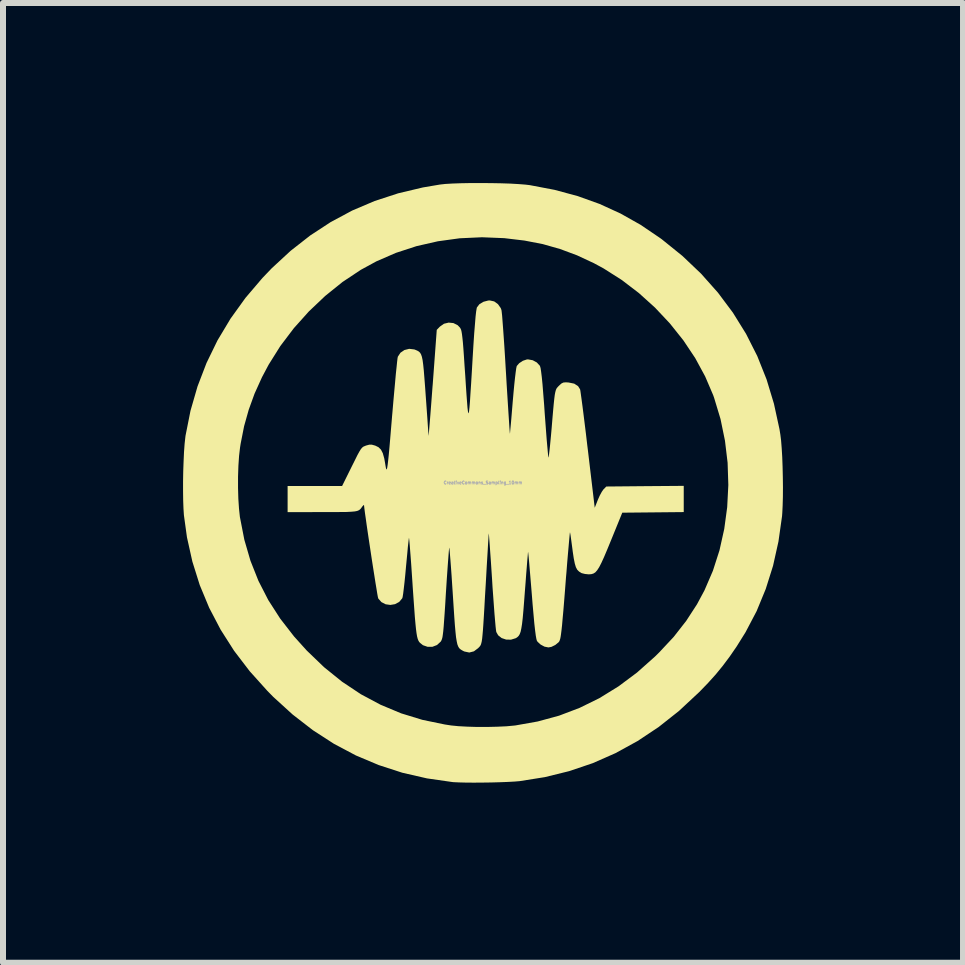
<source format=kicad_pcb>
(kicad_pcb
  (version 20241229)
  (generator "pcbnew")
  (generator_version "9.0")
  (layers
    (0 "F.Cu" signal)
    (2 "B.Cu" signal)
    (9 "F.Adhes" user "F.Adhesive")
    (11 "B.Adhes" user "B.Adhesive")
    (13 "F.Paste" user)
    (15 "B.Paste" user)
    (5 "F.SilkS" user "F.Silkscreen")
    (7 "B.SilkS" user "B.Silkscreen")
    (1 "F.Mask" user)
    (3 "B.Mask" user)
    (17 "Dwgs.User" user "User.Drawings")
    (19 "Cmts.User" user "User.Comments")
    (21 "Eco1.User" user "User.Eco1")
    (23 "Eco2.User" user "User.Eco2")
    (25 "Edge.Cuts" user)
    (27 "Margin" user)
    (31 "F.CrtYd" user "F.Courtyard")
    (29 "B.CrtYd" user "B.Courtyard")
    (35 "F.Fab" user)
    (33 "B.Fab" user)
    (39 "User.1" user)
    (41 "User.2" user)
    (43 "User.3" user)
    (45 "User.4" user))
  (footprint "CreativeCommons_Sampling_10mm"
    (layer "F.Cu")
    (at 4.997 4.992)
    (property "Reference" "CreativeCommons_Sampling_10mm" (at 0 0 0) (layer "F.Fab") (effects (font (size 0.05 0.05) (thickness 0.013))))
    (attr board_only exclude_from_pos_files exclude_from_bom)
    (fp_poly (pts (xy 0.131 -4.991) (xy 0.298 -4.988) (xy 0.454 -4.983) (xy 0.593 -4.975) (xy 0.708 -4.966) (xy 0.782 -4.957) (xy 1.192 -4.879) (xy 1.578 -4.775) (xy 1.943 -4.644) (xy 2.291 -4.485) (xy 2.625 -4.297) (xy 2.948 -4.078) (xy 2.98 -4.055) (xy 3.323 -3.778) (xy 3.634 -3.482) (xy 3.915 -3.166) (xy 4.164 -2.833) (xy 4.383 -2.48) (xy 4.57 -2.11) (xy 4.725 -1.721) (xy 4.848 -1.315) (xy 4.94 -0.892) (xy 4.955 -0.8) (xy 4.967 -0.702) (xy 4.977 -0.575) (xy 4.986 -0.427) (xy 4.992 -0.264) (xy 4.996 -0.094) (xy 4.998 0.074) (xy 4.997 0.235) (xy 4.993 0.381) (xy 4.987 0.503) (xy 4.983 0.557) (xy 4.923 0.981) (xy 4.833 1.385) (xy 4.711 1.772) (xy 4.559 2.141) (xy 4.374 2.493) (xy 4.228 2.727) (xy 4.109 2.9) (xy 3.995 3.052) (xy 3.879 3.194) (xy 3.751 3.336) (xy 3.603 3.489) (xy 3.591 3.5) (xy 3.266 3.803) (xy 2.927 4.071) (xy 2.575 4.305) (xy 2.209 4.506) (xy 1.83 4.673) (xy 1.437 4.806) (xy 1.031 4.906) (xy 0.61 4.973) (xy 0.609 4.973) (xy 0.524 4.98) (xy 0.412 4.986) (xy 0.281 4.991) (xy 0.138 4.995) (xy -0.01 4.997) (xy -0.153 4.998) (xy -0.286 4.997) (xy -0.4 4.994) (xy -0.488 4.99) (xy -0.509 4.988) (xy -0.933 4.927) (xy -1.343 4.833) (xy -1.737 4.705) (xy -2.117 4.545) (xy -2.483 4.351) (xy -2.834 4.124) (xy -3.171 3.863) (xy -3.494 3.569) (xy -3.594 3.467) (xy -3.887 3.141) (xy -4.146 2.802) (xy -4.371 2.449) (xy -4.562 2.084) (xy -4.719 1.706) (xy -4.842 1.314) (xy -4.932 0.91) (xy -4.983 0.54) (xy -4.99 0.432) (xy -4.995 0.297) (xy -4.997 0.142) (xy -4.997 0.086) (xy -4.081 0.086) (xy -4.076 0.267) (xy -4.065 0.432) (xy -4.05 0.573) (xy -4.048 0.582) (xy -3.976 0.951) (xy -3.874 1.301) (xy -3.741 1.636) (xy -3.577 1.956) (xy -3.379 2.264) (xy -3.148 2.562) (xy -2.936 2.797) (xy -2.648 3.074) (xy -2.348 3.316) (xy -2.034 3.525) (xy -1.706 3.7) (xy -1.364 3.843) (xy -1.008 3.952) (xy -0.635 4.029) (xy -0.531 4.045) (xy -0.41 4.057) (xy -0.263 4.065) (xy -0.099 4.07) (xy 0.071 4.07) (xy 0.237 4.066) (xy 0.391 4.059) (xy 0.52 4.047) (xy 0.539 4.045) (xy 0.911 3.979) (xy 1.268 3.882) (xy 1.61 3.752) (xy 1.94 3.59) (xy 2.259 3.393) (xy 2.567 3.163) (xy 2.865 2.898) (xy 2.937 2.827) (xy 3.178 2.569) (xy 3.386 2.303) (xy 3.566 2.026) (xy 3.691 1.793) (xy 3.831 1.468) (xy 3.941 1.126) (xy 4.02 0.771) (xy 4.069 0.408) (xy 4.088 0.039) (xy 4.076 -0.331) (xy 4.032 -0.699) (xy 3.958 -1.06) (xy 3.852 -1.411) (xy 3.836 -1.457) (xy 3.702 -1.77) (xy 3.536 -2.076) (xy 3.339 -2.371) (xy 3.115 -2.652) (xy 2.867 -2.916) (xy 2.598 -3.159) (xy 2.311 -3.378) (xy 2.009 -3.57) (xy 1.85 -3.656) (xy 1.567 -3.788) (xy 1.285 -3.893) (xy 0.996 -3.975) (xy 0.691 -4.034) (xy 0.363 -4.073) (xy 0.355 -4.074) (xy -0.017 -4.089) (xy -0.387 -4.072) (xy -0.751 -4.022) (xy -1.107 -3.941) (xy -1.45 -3.829) (xy -1.777 -3.687) (xy -2.036 -3.546) (xy -2.34 -3.344) (xy -2.629 -3.111) (xy -2.901 -2.853) (xy -3.151 -2.574) (xy -3.376 -2.277) (xy -3.571 -1.966) (xy -3.682 -1.757) (xy -3.806 -1.483) (xy -3.903 -1.215) (xy -3.98 -0.941) (xy -4.038 -0.647) (xy -4.048 -0.582) (xy -4.064 -0.443) (xy -4.075 -0.279) (xy -4.081 -0.099) (xy -4.081 0.086) (xy -4.997 0.086) (xy -4.997 -0.023) (xy -4.994 -0.193) (xy -4.988 -0.358) (xy -4.981 -0.513) (xy -4.971 -0.648) (xy -4.959 -0.757) (xy -4.956 -0.782) (xy -4.873 -1.199) (xy -4.756 -1.604) (xy -4.606 -1.995) (xy -4.423 -2.371) (xy -4.206 -2.733) (xy -3.957 -3.079) (xy -3.675 -3.41) (xy -3.519 -3.573) (xy -3.205 -3.863) (xy -2.878 -4.119) (xy -2.537 -4.342) (xy -2.179 -4.534) (xy -1.805 -4.693) (xy -1.413 -4.821) (xy -1.001 -4.919) (xy -0.718 -4.967) (xy -0.628 -4.977) (xy -0.509 -4.984) (xy -0.367 -4.989) (xy -0.208 -4.992) (xy -0.04 -4.992)) (stroke (width 0) (type solid)) (fill yes) (layer "F.SilkS"))
    (fp_poly (pts (xy 0.187 -3.02) (xy 0.25 -2.974) (xy 0.296 -2.909) (xy 0.308 -2.876) (xy 0.312 -2.846) (xy 0.319 -2.782) (xy 0.326 -2.69) (xy 0.335 -2.572) (xy 0.345 -2.432) (xy 0.356 -2.273) (xy 0.367 -2.1) (xy 0.378 -1.915) (xy 0.385 -1.8) (xy 0.396 -1.613) (xy 0.407 -1.439) (xy 0.417 -1.28) (xy 0.426 -1.139) (xy 0.434 -1.02) (xy 0.44 -0.925) (xy 0.445 -0.859) (xy 0.448 -0.823) (xy 0.45 -0.818) (xy 0.452 -0.843) (xy 0.457 -0.899) (xy 0.465 -0.981) (xy 0.474 -1.086) (xy 0.484 -1.207) (xy 0.495 -1.341) (xy 0.498 -1.375) (xy 0.51 -1.512) (xy 0.522 -1.638) (xy 0.534 -1.749) (xy 0.545 -1.84) (xy 0.554 -1.905) (xy 0.562 -1.941) (xy 0.563 -1.944) (xy 0.604 -1.991) (xy 0.665 -2.031) (xy 0.731 -2.053) (xy 0.752 -2.054) (xy 0.829 -2.04) (xy 0.897 -2.003) (xy 0.946 -1.95) (xy 0.951 -1.94) (xy 0.96 -1.908) (xy 0.969 -1.848) (xy 0.98 -1.759) (xy 0.992 -1.638) (xy 1.004 -1.485) (xy 1.019 -1.298) (xy 1.029 -1.15) (xy 1.041 -0.991) (xy 1.052 -0.844) (xy 1.062 -0.713) (xy 1.072 -0.601) (xy 1.08 -0.512) (xy 1.086 -0.451) (xy 1.09 -0.421) (xy 1.091 -0.418) (xy 1.096 -0.436) (xy 1.102 -0.484) (xy 1.111 -0.56) (xy 1.121 -0.658) (xy 1.132 -0.773) (xy 1.143 -0.895) (xy 1.157 -1.066) (xy 1.169 -1.204) (xy 1.179 -1.313) (xy 1.188 -1.398) (xy 1.196 -1.462) (xy 1.205 -1.509) (xy 1.214 -1.542) (xy 1.224 -1.566) (xy 1.237 -1.584) (xy 1.252 -1.601) (xy 1.267 -1.616) (xy 1.305 -1.651) (xy 1.338 -1.668) (xy 1.381 -1.672) (xy 1.427 -1.669) (xy 1.52 -1.65) (xy 1.584 -1.609) (xy 1.618 -1.555) (xy 1.623 -1.53) (xy 1.631 -1.473) (xy 1.643 -1.386) (xy 1.658 -1.274) (xy 1.675 -1.14) (xy 1.694 -0.987) (xy 1.715 -0.818) (xy 1.736 -0.638) (xy 1.747 -0.55) (xy 1.862 0.418) (xy 1.914 0.286) (xy 1.945 0.216) (xy 1.979 0.153) (xy 2.008 0.111) (xy 2.011 0.109) (xy 2.055 0.064) (xy 2.7 0.058) (xy 3.345 0.053) (xy 3.345 0.49) (xy 2.833 0.495) (xy 2.321 0.5) (xy 2.132 0.964) (xy 2.069 1.117) (xy 2.017 1.24) (xy 1.973 1.336) (xy 1.936 1.408) (xy 1.903 1.459) (xy 1.872 1.494) (xy 1.84 1.514) (xy 1.806 1.524) (xy 1.767 1.527) (xy 1.759 1.527) (xy 1.699 1.521) (xy 1.647 1.508) (xy 1.638 1.504) (xy 1.601 1.481) (xy 1.571 1.451) (xy 1.548 1.408) (xy 1.53 1.348) (xy 1.513 1.264) (xy 1.496 1.151) (xy 1.491 1.111) (xy 1.478 1.014) (xy 1.467 0.932) (xy 1.458 0.869) (xy 1.451 0.832) (xy 1.45 0.825) (xy 1.447 0.842) (xy 1.442 0.89) (xy 1.435 0.968) (xy 1.426 1.071) (xy 1.415 1.195) (xy 1.403 1.336) (xy 1.391 1.491) (xy 1.384 1.569) (xy 1.367 1.79) (xy 1.352 1.978) (xy 1.339 2.136) (xy 1.327 2.266) (xy 1.318 2.371) (xy 1.309 2.454) (xy 1.301 2.518) (xy 1.294 2.566) (xy 1.287 2.601) (xy 1.279 2.626) (xy 1.272 2.643) (xy 1.263 2.655) (xy 1.26 2.659) (xy 1.205 2.704) (xy 1.14 2.736) (xy 1.09 2.745) (xy 1.025 2.732) (xy 0.96 2.697) (xy 0.91 2.651) (xy 0.898 2.633) (xy 0.89 2.604) (xy 0.88 2.549) (xy 0.869 2.465) (xy 0.856 2.351) (xy 0.843 2.206) (xy 0.827 2.028) (xy 0.814 1.864) (xy 0.801 1.707) (xy 0.789 1.562) (xy 0.778 1.433) (xy 0.769 1.324) (xy 0.761 1.238) (xy 0.755 1.18) (xy 0.752 1.153) (xy 0.752 1.151) (xy 0.749 1.17) (xy 0.745 1.221) (xy 0.738 1.299) (xy 0.73 1.402) (xy 0.72 1.524) (xy 0.71 1.663) (xy 0.699 1.801) (xy 0.685 1.985) (xy 0.673 2.136) (xy 0.662 2.258) (xy 0.651 2.354) (xy 0.639 2.428) (xy 0.627 2.484) (xy 0.612 2.524) (xy 0.595 2.552) (xy 0.575 2.572) (xy 0.552 2.588) (xy 0.544 2.592) (xy 0.466 2.616) (xy 0.385 2.614) (xy 0.311 2.589) (xy 0.253 2.543) (xy 0.222 2.488) (xy 0.217 2.457) (xy 0.21 2.395) (xy 0.202 2.304) (xy 0.192 2.188) (xy 0.182 2.053) (xy 0.171 1.901) (xy 0.159 1.737) (xy 0.152 1.618) (xy 0.141 1.452) (xy 0.131 1.3) (xy 0.121 1.163) (xy 0.113 1.047) (xy 0.106 0.953) (xy 0.101 0.887) (xy 0.097 0.851) (xy 0.096 0.845) (xy 0.094 0.871) (xy 0.091 0.928) (xy 0.085 1.015) (xy 0.079 1.126) (xy 0.071 1.258) (xy 0.062 1.407) (xy 0.053 1.569) (xy 0.046 1.691) (xy 0.033 1.906) (xy 0.023 2.087) (xy 0.014 2.238) (xy 0.006 2.362) (xy -0.001 2.462) (xy -0.008 2.541) (xy -0.014 2.601) (xy -0.021 2.646) (xy -0.029 2.679) (xy -0.037 2.703) (xy -0.047 2.72) (xy -0.059 2.735) (xy -0.073 2.749) (xy -0.079 2.756) (xy -0.151 2.81) (xy -0.228 2.83) (xy -0.309 2.813) (xy -0.327 2.805) (xy -0.354 2.79) (xy -0.377 2.775) (xy -0.397 2.756) (xy -0.413 2.729) (xy -0.427 2.692) (xy -0.438 2.641) (xy -0.449 2.574) (xy -0.458 2.486) (xy -0.468 2.375) (xy -0.478 2.237) (xy -0.489 2.07) (xy -0.502 1.869) (xy -0.502 1.869) (xy -0.513 1.703) (xy -0.523 1.55) (xy -0.533 1.412) (xy -0.542 1.294) (xy -0.55 1.198) (xy -0.556 1.129) (xy -0.56 1.09) (xy -0.562 1.083) (xy -0.565 1.102) (xy -0.57 1.154) (xy -0.576 1.235) (xy -0.584 1.34) (xy -0.593 1.466) (xy -0.603 1.61) (xy -0.613 1.766) (xy -0.618 1.842) (xy -0.629 2.027) (xy -0.639 2.18) (xy -0.648 2.303) (xy -0.655 2.401) (xy -0.662 2.476) (xy -0.669 2.533) (xy -0.675 2.574) (xy -0.683 2.604) (xy -0.691 2.625) (xy -0.7 2.642) (xy -0.705 2.649) (xy -0.766 2.705) (xy -0.841 2.734) (xy -0.922 2.735) (xy -1 2.708) (xy -1.051 2.667) (xy -1.065 2.65) (xy -1.077 2.629) (xy -1.088 2.6) (xy -1.098 2.561) (xy -1.107 2.508) (xy -1.116 2.439) (xy -1.125 2.35) (xy -1.135 2.238) (xy -1.145 2.099) (xy -1.157 1.932) (xy -1.171 1.732) (xy -1.175 1.669) (xy -1.186 1.507) (xy -1.196 1.358) (xy -1.206 1.224) (xy -1.215 1.11) (xy -1.222 1.019) (xy -1.228 0.955) (xy -1.232 0.922) (xy -1.233 0.918) (xy -1.236 0.937) (xy -1.242 0.988) (xy -1.251 1.065) (xy -1.26 1.165) (xy -1.271 1.281) (xy -1.283 1.407) (xy -1.295 1.538) (xy -1.307 1.657) (xy -1.319 1.761) (xy -1.329 1.844) (xy -1.338 1.901) (xy -1.344 1.925) (xy -1.396 1.987) (xy -1.465 2.024) (xy -1.543 2.037) (xy -1.622 2.026) (xy -1.692 1.99) (xy -1.744 1.931) (xy -1.745 1.927) (xy -1.751 1.905) (xy -1.761 1.851) (xy -1.774 1.77) (xy -1.791 1.668) (xy -1.81 1.547) (xy -1.831 1.414) (xy -1.853 1.272) (xy -1.875 1.126) (xy -1.897 0.981) (xy -1.918 0.841) (xy -1.937 0.711) (xy -1.953 0.596) (xy -1.967 0.5) (xy -1.976 0.428) (xy -1.981 0.384) (xy -1.982 0.374) (xy -1.99 0.374) (xy -2.011 0.398) (xy -2.013 0.4) (xy -2.03 0.425) (xy -2.047 0.444) (xy -2.067 0.459) (xy -2.096 0.471) (xy -2.136 0.479) (xy -2.193 0.484) (xy -2.269 0.488) (xy -2.369 0.489) (xy -2.497 0.49) (xy -2.657 0.49) (xy -2.677 0.49) (xy -3.255 0.491) (xy -3.255 0.055) (xy -2.347 0.055) (xy -2.187 -0.268) (xy -2.132 -0.378) (xy -2.091 -0.461) (xy -2.059 -0.519) (xy -2.034 -0.559) (xy -2.012 -0.585) (xy -1.991 -0.601) (xy -1.967 -0.611) (xy -1.95 -0.618) (xy -1.895 -0.633) (xy -1.851 -0.633) (xy -1.797 -0.618) (xy -1.796 -0.618) (xy -1.741 -0.591) (xy -1.7 -0.551) (xy -1.669 -0.491) (xy -1.645 -0.405) (xy -1.631 -0.327) (xy -1.624 -0.284) (xy -1.618 -0.25) (xy -1.612 -0.228) (xy -1.606 -0.22) (xy -1.601 -0.227) (xy -1.595 -0.253) (xy -1.588 -0.299) (xy -1.58 -0.367) (xy -1.57 -0.46) (xy -1.559 -0.58) (xy -1.546 -0.73) (xy -1.531 -0.91) (xy -1.513 -1.124) (xy -1.508 -1.179) (xy -1.493 -1.356) (xy -1.478 -1.522) (xy -1.464 -1.674) (xy -1.452 -1.809) (xy -1.44 -1.922) (xy -1.431 -2.01) (xy -1.424 -2.07) (xy -1.419 -2.097) (xy -1.419 -2.098) (xy -1.375 -2.165) (xy -1.309 -2.21) (xy -1.229 -2.23) (xy -1.145 -2.22) (xy -1.123 -2.212) (xy -1.093 -2.199) (xy -1.069 -2.185) (xy -1.048 -2.165) (xy -1.032 -2.138) (xy -1.018 -2.098) (xy -1.006 -2.042) (xy -0.996 -1.967) (xy -0.986 -1.869) (xy -0.976 -1.745) (xy -0.964 -1.59) (xy -0.955 -1.463) (xy -0.944 -1.313) (xy -0.934 -1.172) (xy -0.925 -1.047) (xy -0.918 -0.94) (xy -0.912 -0.858) (xy -0.908 -0.803) (xy -0.907 -0.782) (xy -0.905 -0.79) (xy -0.901 -0.832) (xy -0.895 -0.903) (xy -0.887 -1.001) (xy -0.877 -1.123) (xy -0.866 -1.265) (xy -0.854 -1.423) (xy -0.841 -1.596) (xy -0.837 -1.641) (xy -0.77 -2.546) (xy -0.718 -2.6) (xy -0.65 -2.648) (xy -0.572 -2.667) (xy -0.492 -2.659) (xy -0.421 -2.623) (xy -0.382 -2.582) (xy -0.373 -2.566) (xy -0.364 -2.546) (xy -0.357 -2.516) (xy -0.35 -2.474) (xy -0.343 -2.417) (xy -0.335 -2.341) (xy -0.327 -2.242) (xy -0.318 -2.117) (xy -0.308 -1.963) (xy -0.295 -1.779) (xy -0.284 -1.605) (xy -0.274 -1.459) (xy -0.265 -1.34) (xy -0.258 -1.25) (xy -0.251 -1.19) (xy -0.245 -1.159) (xy -0.239 -1.159) (xy -0.232 -1.19) (xy -0.225 -1.253) (xy -0.217 -1.349) (xy -0.209 -1.479) (xy -0.198 -1.643) (xy -0.186 -1.841) (xy -0.173 -2.064) (xy -0.159 -2.295) (xy -0.146 -2.489) (xy -0.133 -2.648) (xy -0.123 -2.771) (xy -0.113 -2.857) (xy -0.104 -2.909) (xy -0.101 -2.92) (xy -0.059 -2.974) (xy 0.008 -3.014) (xy 0.088 -3.035) (xy 0.115 -3.036)) (stroke (width 0) (type solid)) (fill yes) (layer "F.SilkS")))
  (gr_rect
    (start -3 -3)
    (end 12.995 12.99)
    (stroke (width 0.1) (type default))
    (fill no)
    (layer "Edge.Cuts")))
</source>
